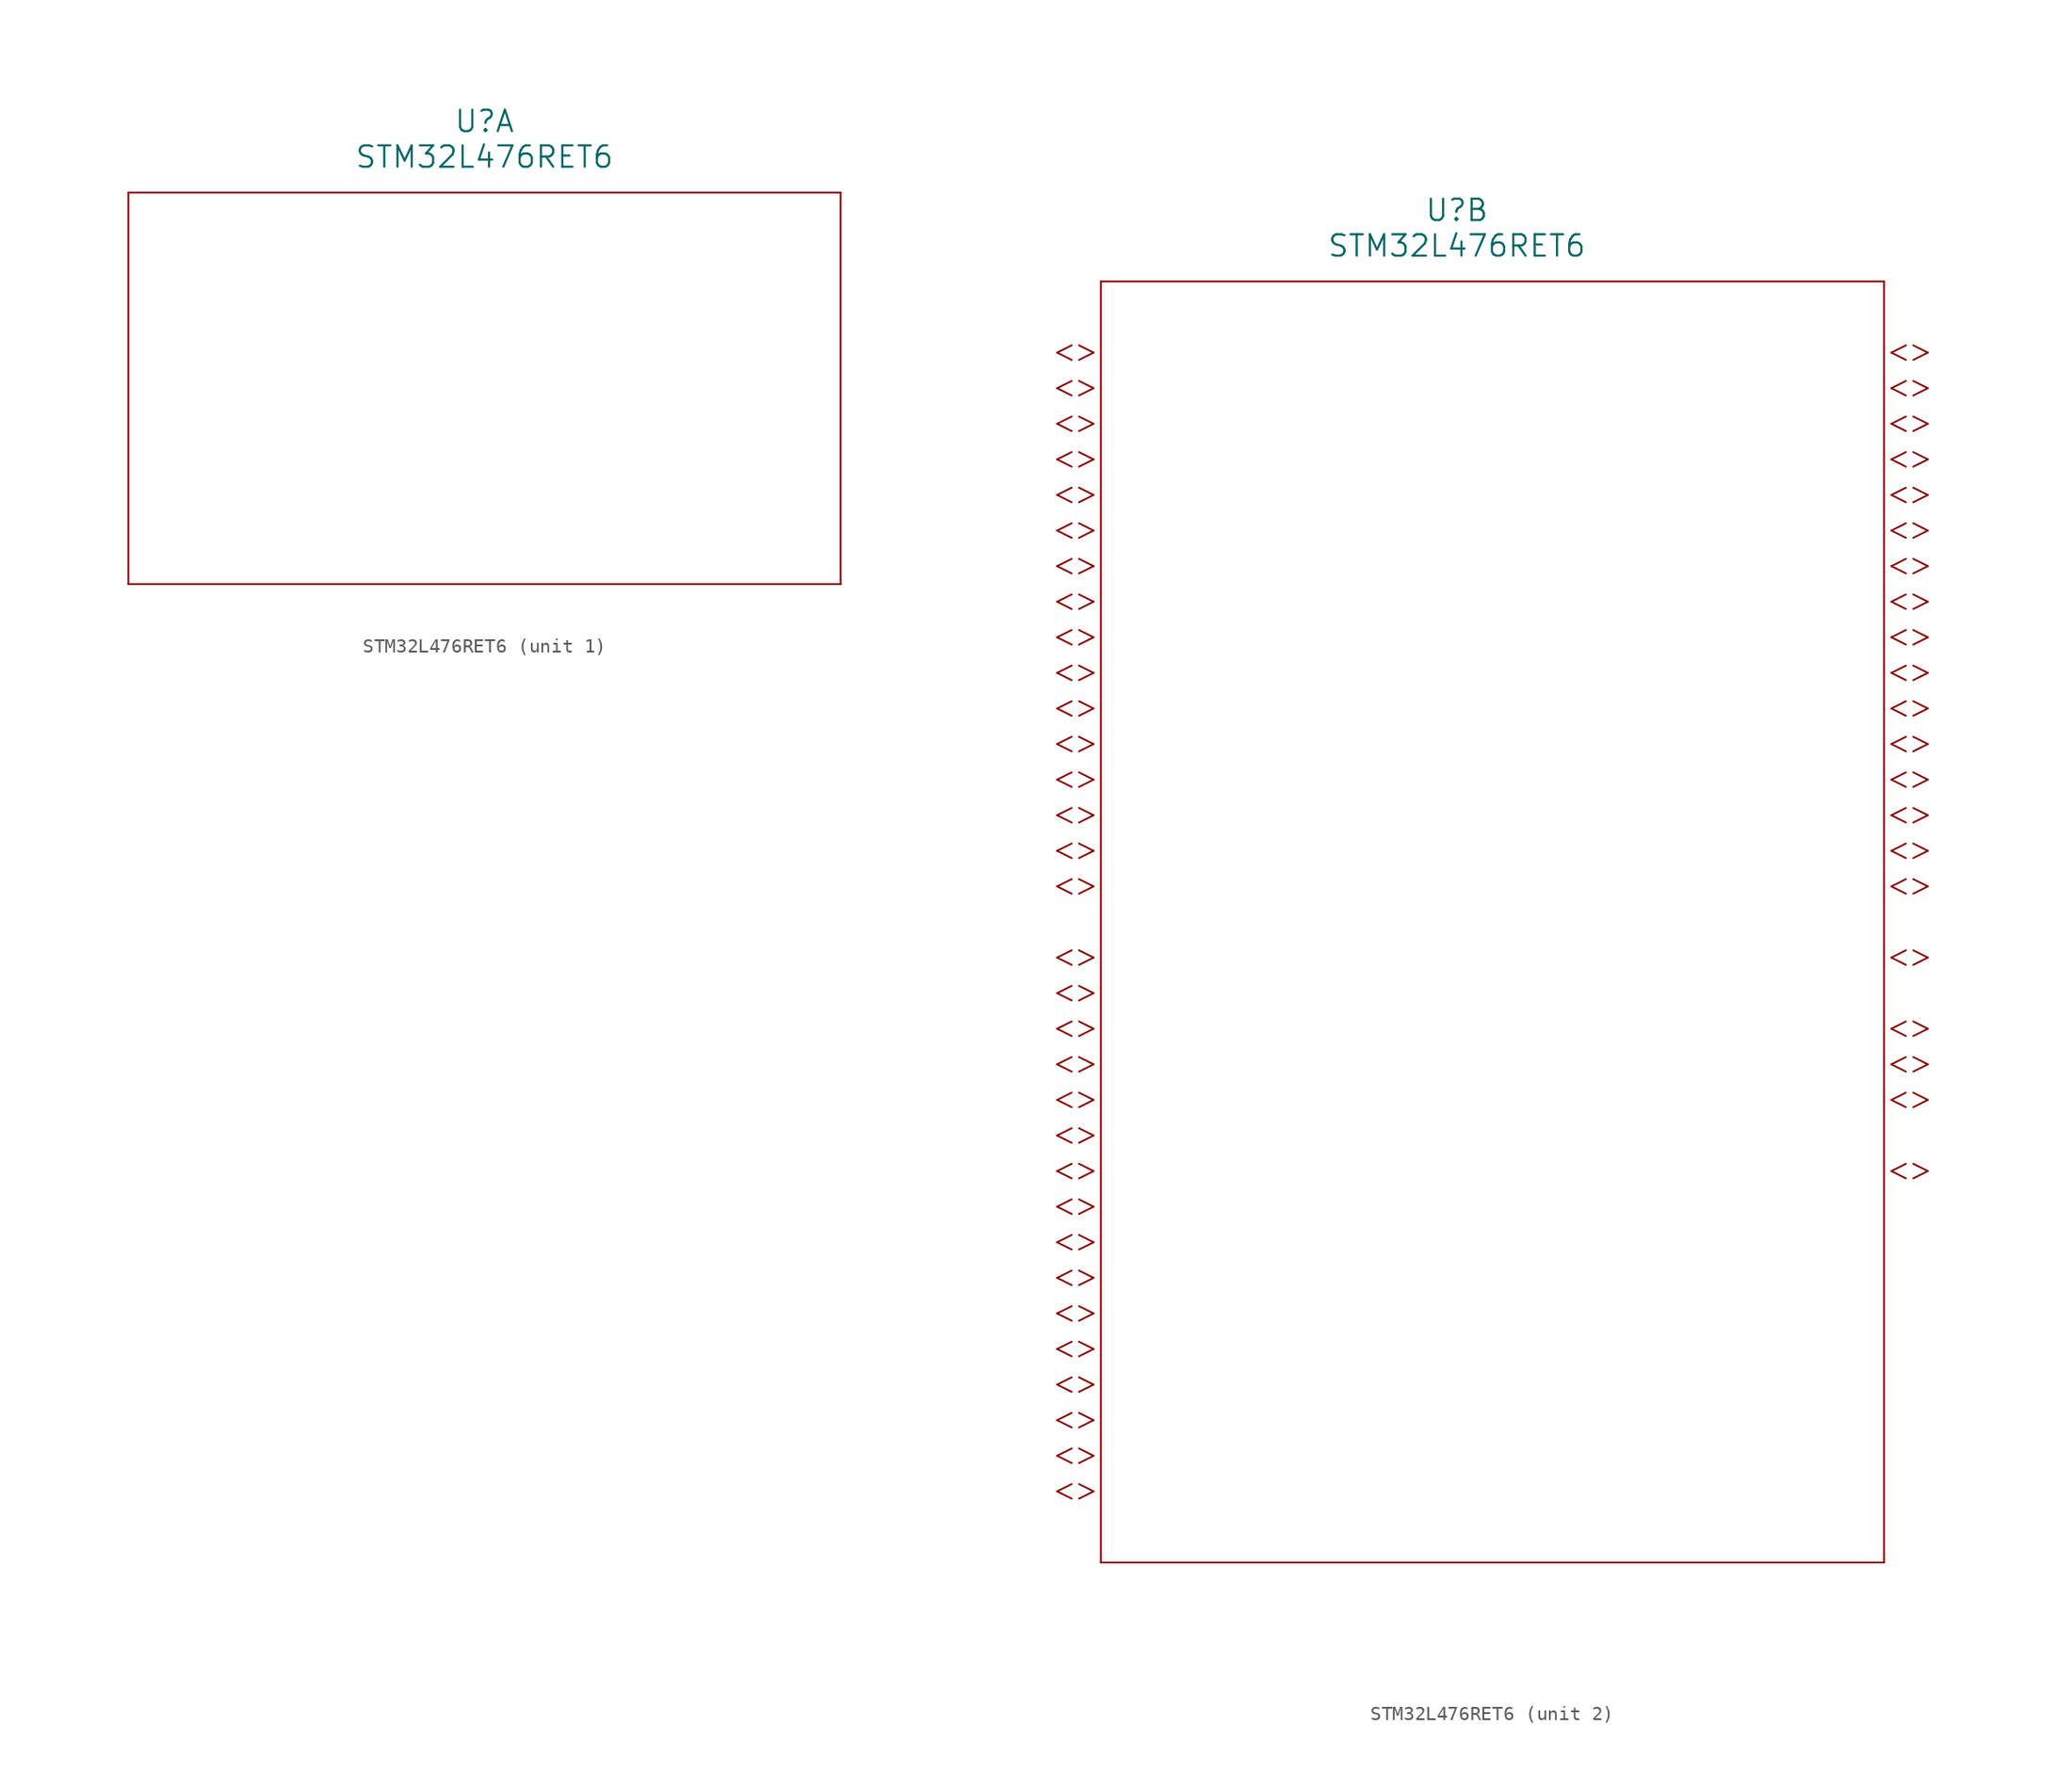
<source format=kicad_sym>
(kicad_symbol_lib
  (version 20211014)
  (generator kicad_symbol_editor)
  (symbol "STM32L476RET6"
    (pin_names
      (offset 0.254))
    (property "Reference" "U"
      (at 33.02 10.16 0)
      (effects (font (size 1.524 1.524))))
    (property "Value" "STM32L476RET6"
      (at 33.02 7.62 0)
      (effects (font (size 1.524 1.524))))
    (symbol "STM32L476RET6_1_1"
      (polyline (pts (xy 7.62 5.08) (xy 7.62 -22.86)) (stroke (width 0.127) (type default) (color 0 0 0 0)) (fill (type none)))
      (polyline (pts (xy 7.62 -22.86) (xy 58.42 -22.86)) (stroke (width 0.127) (type default) (color 0 0 0 0)) (fill (type none)))
      (polyline (pts (xy 58.42 -22.86) (xy 58.42 5.08)) (stroke (width 0.127) (type default) (color 0 0 0 0)) (fill (type none)))
      (polyline (pts (xy 58.42 5.08) (xy 7.62 5.08)) (stroke (width 0.127) (type default) (color 0 0 0 0)) (fill (type none))))
    (symbol "STM32L476RET6_2_1"
      (polyline (pts (xy 7.099 0) (xy 6.058 0.521)) (stroke (width 0.127) (type default) (color 0 0 0 0)) (fill (type none)))
      (polyline (pts (xy 7.099 0) (xy 6.058 -0.521)) (stroke (width 0.127) (type default) (color 0 0 0 0)) (fill (type none)))
      (polyline (pts (xy 5.537 0.521) (xy 4.496 0)) (stroke (width 0.127) (type default) (color 0 0 0 0)) (fill (type none)))
      (polyline (pts (xy 5.537 -0.521) (xy 4.496 0)) (stroke (width 0.127) (type default) (color 0 0 0 0)) (fill (type none)))
      (polyline (pts (xy 7.099 -2.54) (xy 6.058 -2.019)) (stroke (width 0.127) (type default) (color 0 0 0 0)) (fill (type none)))
      (polyline (pts (xy 7.099 -2.54) (xy 6.058 -3.061)) (stroke (width 0.127) (type default) (color 0 0 0 0)) (fill (type none)))
      (polyline (pts (xy 5.537 -2.019) (xy 4.496 -2.54)) (stroke (width 0.127) (type default) (color 0 0 0 0)) (fill (type none)))
      (polyline (pts (xy 5.537 -3.061) (xy 4.496 -2.54)) (stroke (width 0.127) (type default) (color 0 0 0 0)) (fill (type none)))
      (polyline (pts (xy 7.099 -5.08) (xy 6.058 -4.559)) (stroke (width 0.127) (type default) (color 0 0 0 0)) (fill (type none)))
      (polyline (pts (xy 7.099 -5.08) (xy 6.058 -5.601)) (stroke (width 0.127) (type default) (color 0 0 0 0)) (fill (type none)))
      (polyline (pts (xy 5.537 -4.559) (xy 4.496 -5.08)) (stroke (width 0.127) (type default) (color 0 0 0 0)) (fill (type none)))
      (polyline (pts (xy 5.537 -5.601) (xy 4.496 -5.08)) (stroke (width 0.127) (type default) (color 0 0 0 0)) (fill (type none)))
      (polyline (pts (xy 7.099 -7.62) (xy 6.058 -7.099)) (stroke (width 0.127) (type default) (color 0 0 0 0)) (fill (type none)))
      (polyline (pts (xy 7.099 -7.62) (xy 6.058 -8.141)) (stroke (width 0.127) (type default) (color 0 0 0 0)) (fill (type none)))
      (polyline (pts (xy 5.537 -7.099) (xy 4.496 -7.62)) (stroke (width 0.127) (type default) (color 0 0 0 0)) (fill (type none)))
      (polyline (pts (xy 5.537 -8.141) (xy 4.496 -7.62)) (stroke (width 0.127) (type default) (color 0 0 0 0)) (fill (type none)))
      (polyline (pts (xy 7.099 -10.16) (xy 6.058 -9.639)) (stroke (width 0.127) (type default) (color 0 0 0 0)) (fill (type none)))
      (polyline (pts (xy 7.099 -10.16) (xy 6.058 -10.681)) (stroke (width 0.127) (type default) (color 0 0 0 0)) (fill (type none)))
      (polyline (pts (xy 5.537 -9.639) (xy 4.496 -10.16)) (stroke (width 0.127) (type default) (color 0 0 0 0)) (fill (type none)))
      (polyline (pts (xy 5.537 -10.681) (xy 4.496 -10.16)) (stroke (width 0.127) (type default) (color 0 0 0 0)) (fill (type none)))
      (polyline (pts (xy 7.099 -12.7) (xy 6.058 -12.179)) (stroke (width 0.127) (type default) (color 0 0 0 0)) (fill (type none)))
      (polyline (pts (xy 7.099 -12.7) (xy 6.058 -13.221)) (stroke (width 0.127) (type default) (color 0 0 0 0)) (fill (type none)))
      (polyline (pts (xy 5.537 -12.179) (xy 4.496 -12.7)) (stroke (width 0.127) (type default) (color 0 0 0 0)) (fill (type none)))
      (polyline (pts (xy 5.537 -13.221) (xy 4.496 -12.7)) (stroke (width 0.127) (type default) (color 0 0 0 0)) (fill (type none)))
      (polyline (pts (xy 7.099 -15.24) (xy 6.058 -14.719)) (stroke (width 0.127) (type default) (color 0 0 0 0)) (fill (type none)))
      (polyline (pts (xy 7.099 -15.24) (xy 6.058 -15.761)) (stroke (width 0.127) (type default) (color 0 0 0 0)) (fill (type none)))
      (polyline (pts (xy 5.537 -14.719) (xy 4.496 -15.24)) (stroke (width 0.127) (type default) (color 0 0 0 0)) (fill (type none)))
      (polyline (pts (xy 5.537 -15.761) (xy 4.496 -15.24)) (stroke (width 0.127) (type default) (color 0 0 0 0)) (fill (type none)))
      (polyline (pts (xy 7.099 -17.78) (xy 6.058 -17.259)) (stroke (width 0.127) (type default) (color 0 0 0 0)) (fill (type none)))
      (polyline (pts (xy 7.099 -17.78) (xy 6.058 -18.301)) (stroke (width 0.127) (type default) (color 0 0 0 0)) (fill (type none)))
      (polyline (pts (xy 5.537 -17.259) (xy 4.496 -17.78)) (stroke (width 0.127) (type default) (color 0 0 0 0)) (fill (type none)))
      (polyline (pts (xy 5.537 -18.301) (xy 4.496 -17.78)) (stroke (width 0.127) (type default) (color 0 0 0 0)) (fill (type none)))
      (polyline (pts (xy 7.099 -20.32) (xy 6.058 -19.799)) (stroke (width 0.127) (type default) (color 0 0 0 0)) (fill (type none)))
      (polyline (pts (xy 7.099 -20.32) (xy 6.058 -20.841)) (stroke (width 0.127) (type default) (color 0 0 0 0)) (fill (type none)))
      (polyline (pts (xy 5.537 -19.799) (xy 4.496 -20.32)) (stroke (width 0.127) (type default) (color 0 0 0 0)) (fill (type none)))
      (polyline (pts (xy 5.537 -20.841) (xy 4.496 -20.32)) (stroke (width 0.127) (type default) (color 0 0 0 0)) (fill (type none)))
      (polyline (pts (xy 7.099 -22.86) (xy 6.058 -22.339)) (stroke (width 0.127) (type default) (color 0 0 0 0)) (fill (type none)))
      (polyline (pts (xy 7.099 -22.86) (xy 6.058 -23.381)) (stroke (width 0.127) (type default) (color 0 0 0 0)) (fill (type none)))
      (polyline (pts (xy 5.537 -22.339) (xy 4.496 -22.86)) (stroke (width 0.127) (type default) (color 0 0 0 0)) (fill (type none)))
      (polyline (pts (xy 5.537 -23.381) (xy 4.496 -22.86)) (stroke (width 0.127) (type default) (color 0 0 0 0)) (fill (type none)))
      (polyline (pts (xy 7.099 -25.4) (xy 6.058 -24.879)) (stroke (width 0.127) (type default) (color 0 0 0 0)) (fill (type none)))
      (polyline (pts (xy 7.099 -25.4) (xy 6.058 -25.921)) (stroke (width 0.127) (type default) (color 0 0 0 0)) (fill (type none)))
      (polyline (pts (xy 5.537 -24.879) (xy 4.496 -25.4)) (stroke (width 0.127) (type default) (color 0 0 0 0)) (fill (type none)))
      (polyline (pts (xy 5.537 -25.921) (xy 4.496 -25.4)) (stroke (width 0.127) (type default) (color 0 0 0 0)) (fill (type none)))
      (polyline (pts (xy 7.099 -27.94) (xy 6.058 -27.419)) (stroke (width 0.127) (type default) (color 0 0 0 0)) (fill (type none)))
      (polyline (pts (xy 7.099 -27.94) (xy 6.058 -28.461)) (stroke (width 0.127) (type default) (color 0 0 0 0)) (fill (type none)))
      (polyline (pts (xy 5.537 -27.419) (xy 4.496 -27.94)) (stroke (width 0.127) (type default) (color 0 0 0 0)) (fill (type none)))
      (polyline (pts (xy 5.537 -28.461) (xy 4.496 -27.94)) (stroke (width 0.127) (type default) (color 0 0 0 0)) (fill (type none)))
      (polyline (pts (xy 7.099 -30.48) (xy 6.058 -29.959)) (stroke (width 0.127) (type default) (color 0 0 0 0)) (fill (type none)))
      (polyline (pts (xy 7.099 -30.48) (xy 6.058 -31.001)) (stroke (width 0.127) (type default) (color 0 0 0 0)) (fill (type none)))
      (polyline (pts (xy 5.537 -29.959) (xy 4.496 -30.48)) (stroke (width 0.127) (type default) (color 0 0 0 0)) (fill (type none)))
      (polyline (pts (xy 5.537 -31.001) (xy 4.496 -30.48)) (stroke (width 0.127) (type default) (color 0 0 0 0)) (fill (type none)))
      (polyline (pts (xy 7.099 -33.02) (xy 6.058 -32.499)) (stroke (width 0.127) (type default) (color 0 0 0 0)) (fill (type none)))
      (polyline (pts (xy 7.099 -33.02) (xy 6.058 -33.541)) (stroke (width 0.127) (type default) (color 0 0 0 0)) (fill (type none)))
      (polyline (pts (xy 5.537 -32.499) (xy 4.496 -33.02)) (stroke (width 0.127) (type default) (color 0 0 0 0)) (fill (type none)))
      (polyline (pts (xy 5.537 -33.541) (xy 4.496 -33.02)) (stroke (width 0.127) (type default) (color 0 0 0 0)) (fill (type none)))
      (polyline (pts (xy 7.099 -35.56) (xy 6.058 -35.039)) (stroke (width 0.127) (type default) (color 0 0 0 0)) (fill (type none)))
      (polyline (pts (xy 7.099 -35.56) (xy 6.058 -36.081)) (stroke (width 0.127) (type default) (color 0 0 0 0)) (fill (type none)))
      (polyline (pts (xy 5.537 -35.039) (xy 4.496 -35.56)) (stroke (width 0.127) (type default) (color 0 0 0 0)) (fill (type none)))
      (polyline (pts (xy 5.537 -36.081) (xy 4.496 -35.56)) (stroke (width 0.127) (type default) (color 0 0 0 0)) (fill (type none)))
      (polyline (pts (xy 7.099 -38.1) (xy 6.058 -37.579)) (stroke (width 0.127) (type default) (color 0 0 0 0)) (fill (type none)))
      (polyline (pts (xy 7.099 -38.1) (xy 6.058 -38.621)) (stroke (width 0.127) (type default) (color 0 0 0 0)) (fill (type none)))
      (polyline (pts (xy 5.537 -37.579) (xy 4.496 -38.1)) (stroke (width 0.127) (type default) (color 0 0 0 0)) (fill (type none)))
      (polyline (pts (xy 5.537 -38.621) (xy 4.496 -38.1)) (stroke (width 0.127) (type default) (color 0 0 0 0)) (fill (type none)))
      (polyline (pts (xy 7.099 -43.18) (xy 6.058 -42.659)) (stroke (width 0.127) (type default) (color 0 0 0 0)) (fill (type none)))
      (polyline (pts (xy 7.099 -43.18) (xy 6.058 -43.701)) (stroke (width 0.127) (type default) (color 0 0 0 0)) (fill (type none)))
      (polyline (pts (xy 5.537 -42.659) (xy 4.496 -43.18)) (stroke (width 0.127) (type default) (color 0 0 0 0)) (fill (type none)))
      (polyline (pts (xy 5.537 -43.701) (xy 4.496 -43.18)) (stroke (width 0.127) (type default) (color 0 0 0 0)) (fill (type none)))
      (polyline (pts (xy 7.099 -45.72) (xy 6.058 -45.199)) (stroke (width 0.127) (type default) (color 0 0 0 0)) (fill (type none)))
      (polyline (pts (xy 7.099 -45.72) (xy 6.058 -46.241)) (stroke (width 0.127) (type default) (color 0 0 0 0)) (fill (type none)))
      (polyline (pts (xy 5.537 -45.199) (xy 4.496 -45.72)) (stroke (width 0.127) (type default) (color 0 0 0 0)) (fill (type none)))
      (polyline (pts (xy 5.537 -46.241) (xy 4.496 -45.72)) (stroke (width 0.127) (type default) (color 0 0 0 0)) (fill (type none)))
      (polyline (pts (xy 7.099 -48.26) (xy 6.058 -47.739)) (stroke (width 0.127) (type default) (color 0 0 0 0)) (fill (type none)))
      (polyline (pts (xy 7.099 -48.26) (xy 6.058 -48.781)) (stroke (width 0.127) (type default) (color 0 0 0 0)) (fill (type none)))
      (polyline (pts (xy 5.537 -47.739) (xy 4.496 -48.26)) (stroke (width 0.127) (type default) (color 0 0 0 0)) (fill (type none)))
      (polyline (pts (xy 5.537 -48.781) (xy 4.496 -48.26)) (stroke (width 0.127) (type default) (color 0 0 0 0)) (fill (type none)))
      (polyline (pts (xy 7.099 -50.8) (xy 6.058 -50.279)) (stroke (width 0.127) (type default) (color 0 0 0 0)) (fill (type none)))
      (polyline (pts (xy 7.099 -50.8) (xy 6.058 -51.321)) (stroke (width 0.127) (type default) (color 0 0 0 0)) (fill (type none)))
      (polyline (pts (xy 5.537 -50.279) (xy 4.496 -50.8)) (stroke (width 0.127) (type default) (color 0 0 0 0)) (fill (type none)))
      (polyline (pts (xy 5.537 -51.321) (xy 4.496 -50.8)) (stroke (width 0.127) (type default) (color 0 0 0 0)) (fill (type none)))
      (polyline (pts (xy 7.099 -53.34) (xy 6.058 -52.819)) (stroke (width 0.127) (type default) (color 0 0 0 0)) (fill (type none)))
      (polyline (pts (xy 7.099 -53.34) (xy 6.058 -53.861)) (stroke (width 0.127) (type default) (color 0 0 0 0)) (fill (type none)))
      (polyline (pts (xy 5.537 -52.819) (xy 4.496 -53.34)) (stroke (width 0.127) (type default) (color 0 0 0 0)) (fill (type none)))
      (polyline (pts (xy 5.537 -53.861) (xy 4.496 -53.34)) (stroke (width 0.127) (type default) (color 0 0 0 0)) (fill (type none)))
      (polyline (pts (xy 7.099 -55.88) (xy 6.058 -55.359)) (stroke (width 0.127) (type default) (color 0 0 0 0)) (fill (type none)))
      (polyline (pts (xy 7.099 -55.88) (xy 6.058 -56.401)) (stroke (width 0.127) (type default) (color 0 0 0 0)) (fill (type none)))
      (polyline (pts (xy 5.537 -55.359) (xy 4.496 -55.88)) (stroke (width 0.127) (type default) (color 0 0 0 0)) (fill (type none)))
      (polyline (pts (xy 5.537 -56.401) (xy 4.496 -55.88)) (stroke (width 0.127) (type default) (color 0 0 0 0)) (fill (type none)))
      (polyline (pts (xy 7.099 -58.42) (xy 6.058 -57.899)) (stroke (width 0.127) (type default) (color 0 0 0 0)) (fill (type none)))
      (polyline (pts (xy 7.099 -58.42) (xy 6.058 -58.941)) (stroke (width 0.127) (type default) (color 0 0 0 0)) (fill (type none)))
      (polyline (pts (xy 5.537 -57.899) (xy 4.496 -58.42)) (stroke (width 0.127) (type default) (color 0 0 0 0)) (fill (type none)))
      (polyline (pts (xy 5.537 -58.941) (xy 4.496 -58.42)) (stroke (width 0.127) (type default) (color 0 0 0 0)) (fill (type none)))
      (polyline (pts (xy 7.099 -60.96) (xy 6.058 -60.439)) (stroke (width 0.127) (type default) (color 0 0 0 0)) (fill (type none)))
      (polyline (pts (xy 7.099 -60.96) (xy 6.058 -61.481)) (stroke (width 0.127) (type default) (color 0 0 0 0)) (fill (type none)))
      (polyline (pts (xy 5.537 -60.439) (xy 4.496 -60.96)) (stroke (width 0.127) (type default) (color 0 0 0 0)) (fill (type none)))
      (polyline (pts (xy 5.537 -61.481) (xy 4.496 -60.96)) (stroke (width 0.127) (type default) (color 0 0 0 0)) (fill (type none)))
      (polyline (pts (xy 7.099 -63.5) (xy 6.058 -62.979)) (stroke (width 0.127) (type default) (color 0 0 0 0)) (fill (type none)))
      (polyline (pts (xy 7.099 -63.5) (xy 6.058 -64.021)) (stroke (width 0.127) (type default) (color 0 0 0 0)) (fill (type none)))
      (polyline (pts (xy 5.537 -62.979) (xy 4.496 -63.5)) (stroke (width 0.127) (type default) (color 0 0 0 0)) (fill (type none)))
      (polyline (pts (xy 5.537 -64.021) (xy 4.496 -63.5)) (stroke (width 0.127) (type default) (color 0 0 0 0)) (fill (type none)))
      (polyline (pts (xy 7.099 -66.04) (xy 6.058 -65.519)) (stroke (width 0.127) (type default) (color 0 0 0 0)) (fill (type none)))
      (polyline (pts (xy 7.099 -66.04) (xy 6.058 -66.561)) (stroke (width 0.127) (type default) (color 0 0 0 0)) (fill (type none)))
      (polyline (pts (xy 5.537 -65.519) (xy 4.496 -66.04)) (stroke (width 0.127) (type default) (color 0 0 0 0)) (fill (type none)))
      (polyline (pts (xy 5.537 -66.561) (xy 4.496 -66.04)) (stroke (width 0.127) (type default) (color 0 0 0 0)) (fill (type none)))
      (polyline (pts (xy 7.099 -68.58) (xy 6.058 -68.059)) (stroke (width 0.127) (type default) (color 0 0 0 0)) (fill (type none)))
      (polyline (pts (xy 7.099 -68.58) (xy 6.058 -69.101)) (stroke (width 0.127) (type default) (color 0 0 0 0)) (fill (type none)))
      (polyline (pts (xy 5.537 -68.059) (xy 4.496 -68.58)) (stroke (width 0.127) (type default) (color 0 0 0 0)) (fill (type none)))
      (polyline (pts (xy 5.537 -69.101) (xy 4.496 -68.58)) (stroke (width 0.127) (type default) (color 0 0 0 0)) (fill (type none)))
      (polyline (pts (xy 7.099 -71.12) (xy 6.058 -70.599)) (stroke (width 0.127) (type default) (color 0 0 0 0)) (fill (type none)))
      (polyline (pts (xy 7.099 -71.12) (xy 6.058 -71.641)) (stroke (width 0.127) (type default) (color 0 0 0 0)) (fill (type none)))
      (polyline (pts (xy 5.537 -70.599) (xy 4.496 -71.12)) (stroke (width 0.127) (type default) (color 0 0 0 0)) (fill (type none)))
      (polyline (pts (xy 5.537 -71.641) (xy 4.496 -71.12)) (stroke (width 0.127) (type default) (color 0 0 0 0)) (fill (type none)))
      (polyline (pts (xy 7.099 -73.66) (xy 6.058 -73.139)) (stroke (width 0.127) (type default) (color 0 0 0 0)) (fill (type none)))
      (polyline (pts (xy 7.099 -73.66) (xy 6.058 -74.181)) (stroke (width 0.127) (type default) (color 0 0 0 0)) (fill (type none)))
      (polyline (pts (xy 5.537 -73.139) (xy 4.496 -73.66)) (stroke (width 0.127) (type default) (color 0 0 0 0)) (fill (type none)))
      (polyline (pts (xy 5.537 -74.181) (xy 4.496 -73.66)) (stroke (width 0.127) (type default) (color 0 0 0 0)) (fill (type none)))
      (polyline (pts (xy 7.099 -76.2) (xy 6.058 -75.679)) (stroke (width 0.127) (type default) (color 0 0 0 0)) (fill (type none)))
      (polyline (pts (xy 7.099 -76.2) (xy 6.058 -76.721)) (stroke (width 0.127) (type default) (color 0 0 0 0)) (fill (type none)))
      (polyline (pts (xy 5.537 -75.679) (xy 4.496 -76.2)) (stroke (width 0.127) (type default) (color 0 0 0 0)) (fill (type none)))
      (polyline (pts (xy 5.537 -76.721) (xy 4.496 -76.2)) (stroke (width 0.127) (type default) (color 0 0 0 0)) (fill (type none)))
      (polyline (pts (xy 7.099 -78.74) (xy 6.058 -78.219)) (stroke (width 0.127) (type default) (color 0 0 0 0)) (fill (type none)))
      (polyline (pts (xy 7.099 -78.74) (xy 6.058 -79.261)) (stroke (width 0.127) (type default) (color 0 0 0 0)) (fill (type none)))
      (polyline (pts (xy 5.537 -78.219) (xy 4.496 -78.74)) (stroke (width 0.127) (type default) (color 0 0 0 0)) (fill (type none)))
      (polyline (pts (xy 5.537 -79.261) (xy 4.496 -78.74)) (stroke (width 0.127) (type default) (color 0 0 0 0)) (fill (type none)))
      (polyline (pts (xy 7.099 -81.28) (xy 6.058 -80.759)) (stroke (width 0.127) (type default) (color 0 0 0 0)) (fill (type none)))
      (polyline (pts (xy 7.099 -81.28) (xy 6.058 -81.801)) (stroke (width 0.127) (type default) (color 0 0 0 0)) (fill (type none)))
      (polyline (pts (xy 5.537 -80.759) (xy 4.496 -81.28)) (stroke (width 0.127) (type default) (color 0 0 0 0)) (fill (type none)))
      (polyline (pts (xy 5.537 -81.801) (xy 4.496 -81.28)) (stroke (width 0.127) (type default) (color 0 0 0 0)) (fill (type none)))
      (polyline (pts (xy 64.021 0) (xy 65.062 0.521)) (stroke (width 0.127) (type default) (color 0 0 0 0)) (fill (type none)))
      (polyline (pts (xy 64.021 0) (xy 65.062 -0.521)) (stroke (width 0.127) (type default) (color 0 0 0 0)) (fill (type none)))
      (polyline (pts (xy 65.583 0.521) (xy 66.624 0)) (stroke (width 0.127) (type default) (color 0 0 0 0)) (fill (type none)))
      (polyline (pts (xy 65.583 -0.521) (xy 66.624 0)) (stroke (width 0.127) (type default) (color 0 0 0 0)) (fill (type none)))
      (polyline (pts (xy 64.021 -2.54) (xy 65.062 -2.019)) (stroke (width 0.127) (type default) (color 0 0 0 0)) (fill (type none)))
      (polyline (pts (xy 64.021 -2.54) (xy 65.062 -3.061)) (stroke (width 0.127) (type default) (color 0 0 0 0)) (fill (type none)))
      (polyline (pts (xy 65.583 -2.019) (xy 66.624 -2.54)) (stroke (width 0.127) (type default) (color 0 0 0 0)) (fill (type none)))
      (polyline (pts (xy 65.583 -3.061) (xy 66.624 -2.54)) (stroke (width 0.127) (type default) (color 0 0 0 0)) (fill (type none)))
      (polyline (pts (xy 64.021 -5.08) (xy 65.062 -4.559)) (stroke (width 0.127) (type default) (color 0 0 0 0)) (fill (type none)))
      (polyline (pts (xy 64.021 -5.08) (xy 65.062 -5.601)) (stroke (width 0.127) (type default) (color 0 0 0 0)) (fill (type none)))
      (polyline (pts (xy 65.583 -4.559) (xy 66.624 -5.08)) (stroke (width 0.127) (type default) (color 0 0 0 0)) (fill (type none)))
      (polyline (pts (xy 65.583 -5.601) (xy 66.624 -5.08)) (stroke (width 0.127) (type default) (color 0 0 0 0)) (fill (type none)))
      (polyline (pts (xy 64.021 -7.62) (xy 65.062 -7.099)) (stroke (width 0.127) (type default) (color 0 0 0 0)) (fill (type none)))
      (polyline (pts (xy 64.021 -7.62) (xy 65.062 -8.141)) (stroke (width 0.127) (type default) (color 0 0 0 0)) (fill (type none)))
      (polyline (pts (xy 65.583 -7.099) (xy 66.624 -7.62)) (stroke (width 0.127) (type default) (color 0 0 0 0)) (fill (type none)))
      (polyline (pts (xy 65.583 -8.141) (xy 66.624 -7.62)) (stroke (width 0.127) (type default) (color 0 0 0 0)) (fill (type none)))
      (polyline (pts (xy 64.021 -10.16) (xy 65.062 -9.639)) (stroke (width 0.127) (type default) (color 0 0 0 0)) (fill (type none)))
      (polyline (pts (xy 64.021 -10.16) (xy 65.062 -10.681)) (stroke (width 0.127) (type default) (color 0 0 0 0)) (fill (type none)))
      (polyline (pts (xy 65.583 -9.639) (xy 66.624 -10.16)) (stroke (width 0.127) (type default) (color 0 0 0 0)) (fill (type none)))
      (polyline (pts (xy 65.583 -10.681) (xy 66.624 -10.16)) (stroke (width 0.127) (type default) (color 0 0 0 0)) (fill (type none)))
      (polyline (pts (xy 64.021 -12.7) (xy 65.062 -12.179)) (stroke (width 0.127) (type default) (color 0 0 0 0)) (fill (type none)))
      (polyline (pts (xy 64.021 -12.7) (xy 65.062 -13.221)) (stroke (width 0.127) (type default) (color 0 0 0 0)) (fill (type none)))
      (polyline (pts (xy 65.583 -12.179) (xy 66.624 -12.7)) (stroke (width 0.127) (type default) (color 0 0 0 0)) (fill (type none)))
      (polyline (pts (xy 65.583 -13.221) (xy 66.624 -12.7)) (stroke (width 0.127) (type default) (color 0 0 0 0)) (fill (type none)))
      (polyline (pts (xy 64.021 -15.24) (xy 65.062 -14.719)) (stroke (width 0.127) (type default) (color 0 0 0 0)) (fill (type none)))
      (polyline (pts (xy 64.021 -15.24) (xy 65.062 -15.761)) (stroke (width 0.127) (type default) (color 0 0 0 0)) (fill (type none)))
      (polyline (pts (xy 65.583 -14.719) (xy 66.624 -15.24)) (stroke (width 0.127) (type default) (color 0 0 0 0)) (fill (type none)))
      (polyline (pts (xy 65.583 -15.761) (xy 66.624 -15.24)) (stroke (width 0.127) (type default) (color 0 0 0 0)) (fill (type none)))
      (polyline (pts (xy 64.021 -17.78) (xy 65.062 -17.259)) (stroke (width 0.127) (type default) (color 0 0 0 0)) (fill (type none)))
      (polyline (pts (xy 64.021 -17.78) (xy 65.062 -18.301)) (stroke (width 0.127) (type default) (color 0 0 0 0)) (fill (type none)))
      (polyline (pts (xy 65.583 -17.259) (xy 66.624 -17.78)) (stroke (width 0.127) (type default) (color 0 0 0 0)) (fill (type none)))
      (polyline (pts (xy 65.583 -18.301) (xy 66.624 -17.78)) (stroke (width 0.127) (type default) (color 0 0 0 0)) (fill (type none)))
      (polyline (pts (xy 64.021 -20.32) (xy 65.062 -19.799)) (stroke (width 0.127) (type default) (color 0 0 0 0)) (fill (type none)))
      (polyline (pts (xy 64.021 -20.32) (xy 65.062 -20.841)) (stroke (width 0.127) (type default) (color 0 0 0 0)) (fill (type none)))
      (polyline (pts (xy 65.583 -19.799) (xy 66.624 -20.32)) (stroke (width 0.127) (type default) (color 0 0 0 0)) (fill (type none)))
      (polyline (pts (xy 65.583 -20.841) (xy 66.624 -20.32)) (stroke (width 0.127) (type default) (color 0 0 0 0)) (fill (type none)))
      (polyline (pts (xy 64.021 -22.86) (xy 65.062 -22.339)) (stroke (width 0.127) (type default) (color 0 0 0 0)) (fill (type none)))
      (polyline (pts (xy 64.021 -22.86) (xy 65.062 -23.381)) (stroke (width 0.127) (type default) (color 0 0 0 0)) (fill (type none)))
      (polyline (pts (xy 65.583 -22.339) (xy 66.624 -22.86)) (stroke (width 0.127) (type default) (color 0 0 0 0)) (fill (type none)))
      (polyline (pts (xy 65.583 -23.381) (xy 66.624 -22.86)) (stroke (width 0.127) (type default) (color 0 0 0 0)) (fill (type none)))
      (polyline (pts (xy 64.021 -25.4) (xy 65.062 -24.879)) (stroke (width 0.127) (type default) (color 0 0 0 0)) (fill (type none)))
      (polyline (pts (xy 64.021 -25.4) (xy 65.062 -25.921)) (stroke (width 0.127) (type default) (color 0 0 0 0)) (fill (type none)))
      (polyline (pts (xy 65.583 -24.879) (xy 66.624 -25.4)) (stroke (width 0.127) (type default) (color 0 0 0 0)) (fill (type none)))
      (polyline (pts (xy 65.583 -25.921) (xy 66.624 -25.4)) (stroke (width 0.127) (type default) (color 0 0 0 0)) (fill (type none)))
      (polyline (pts (xy 64.021 -27.94) (xy 65.062 -27.419)) (stroke (width 0.127) (type default) (color 0 0 0 0)) (fill (type none)))
      (polyline (pts (xy 64.021 -27.94) (xy 65.062 -28.461)) (stroke (width 0.127) (type default) (color 0 0 0 0)) (fill (type none)))
      (polyline (pts (xy 65.583 -27.419) (xy 66.624 -27.94)) (stroke (width 0.127) (type default) (color 0 0 0 0)) (fill (type none)))
      (polyline (pts (xy 65.583 -28.461) (xy 66.624 -27.94)) (stroke (width 0.127) (type default) (color 0 0 0 0)) (fill (type none)))
      (polyline (pts (xy 64.021 -30.48) (xy 65.062 -29.959)) (stroke (width 0.127) (type default) (color 0 0 0 0)) (fill (type none)))
      (polyline (pts (xy 64.021 -30.48) (xy 65.062 -31.001)) (stroke (width 0.127) (type default) (color 0 0 0 0)) (fill (type none)))
      (polyline (pts (xy 65.583 -29.959) (xy 66.624 -30.48)) (stroke (width 0.127) (type default) (color 0 0 0 0)) (fill (type none)))
      (polyline (pts (xy 65.583 -31.001) (xy 66.624 -30.48)) (stroke (width 0.127) (type default) (color 0 0 0 0)) (fill (type none)))
      (polyline (pts (xy 64.021 -33.02) (xy 65.062 -32.499)) (stroke (width 0.127) (type default) (color 0 0 0 0)) (fill (type none)))
      (polyline (pts (xy 64.021 -33.02) (xy 65.062 -33.541)) (stroke (width 0.127) (type default) (color 0 0 0 0)) (fill (type none)))
      (polyline (pts (xy 65.583 -32.499) (xy 66.624 -33.02)) (stroke (width 0.127) (type default) (color 0 0 0 0)) (fill (type none)))
      (polyline (pts (xy 65.583 -33.541) (xy 66.624 -33.02)) (stroke (width 0.127) (type default) (color 0 0 0 0)) (fill (type none)))
      (polyline (pts (xy 64.021 -35.56) (xy 65.062 -35.039)) (stroke (width 0.127) (type default) (color 0 0 0 0)) (fill (type none)))
      (polyline (pts (xy 64.021 -35.56) (xy 65.062 -36.081)) (stroke (width 0.127) (type default) (color 0 0 0 0)) (fill (type none)))
      (polyline (pts (xy 65.583 -35.039) (xy 66.624 -35.56)) (stroke (width 0.127) (type default) (color 0 0 0 0)) (fill (type none)))
      (polyline (pts (xy 65.583 -36.081) (xy 66.624 -35.56)) (stroke (width 0.127) (type default) (color 0 0 0 0)) (fill (type none)))
      (polyline (pts (xy 64.021 -38.1) (xy 65.062 -37.579)) (stroke (width 0.127) (type default) (color 0 0 0 0)) (fill (type none)))
      (polyline (pts (xy 64.021 -38.1) (xy 65.062 -38.621)) (stroke (width 0.127) (type default) (color 0 0 0 0)) (fill (type none)))
      (polyline (pts (xy 65.583 -37.579) (xy 66.624 -38.1)) (stroke (width 0.127) (type default) (color 0 0 0 0)) (fill (type none)))
      (polyline (pts (xy 65.583 -38.621) (xy 66.624 -38.1)) (stroke (width 0.127) (type default) (color 0 0 0 0)) (fill (type none)))
      (polyline (pts (xy 64.021 -43.18) (xy 65.062 -42.659)) (stroke (width 0.127) (type default) (color 0 0 0 0)) (fill (type none)))
      (polyline (pts (xy 64.021 -43.18) (xy 65.062 -43.701)) (stroke (width 0.127) (type default) (color 0 0 0 0)) (fill (type none)))
      (polyline (pts (xy 65.583 -42.659) (xy 66.624 -43.18)) (stroke (width 0.127) (type default) (color 0 0 0 0)) (fill (type none)))
      (polyline (pts (xy 65.583 -43.701) (xy 66.624 -43.18)) (stroke (width 0.127) (type default) (color 0 0 0 0)) (fill (type none)))
      (polyline (pts (xy 64.021 -48.26) (xy 65.062 -47.739)) (stroke (width 0.127) (type default) (color 0 0 0 0)) (fill (type none)))
      (polyline (pts (xy 64.021 -48.26) (xy 65.062 -48.781)) (stroke (width 0.127) (type default) (color 0 0 0 0)) (fill (type none)))
      (polyline (pts (xy 65.583 -47.739) (xy 66.624 -48.26)) (stroke (width 0.127) (type default) (color 0 0 0 0)) (fill (type none)))
      (polyline (pts (xy 65.583 -48.781) (xy 66.624 -48.26)) (stroke (width 0.127) (type default) (color 0 0 0 0)) (fill (type none)))
      (polyline (pts (xy 64.021 -50.8) (xy 65.062 -50.279)) (stroke (width 0.127) (type default) (color 0 0 0 0)) (fill (type none)))
      (polyline (pts (xy 64.021 -50.8) (xy 65.062 -51.321)) (stroke (width 0.127) (type default) (color 0 0 0 0)) (fill (type none)))
      (polyline (pts (xy 65.583 -50.279) (xy 66.624 -50.8)) (stroke (width 0.127) (type default) (color 0 0 0 0)) (fill (type none)))
      (polyline (pts (xy 65.583 -51.321) (xy 66.624 -50.8)) (stroke (width 0.127) (type default) (color 0 0 0 0)) (fill (type none)))
      (polyline (pts (xy 64.021 -53.34) (xy 65.062 -52.819)) (stroke (width 0.127) (type default) (color 0 0 0 0)) (fill (type none)))
      (polyline (pts (xy 64.021 -53.34) (xy 65.062 -53.861)) (stroke (width 0.127) (type default) (color 0 0 0 0)) (fill (type none)))
      (polyline (pts (xy 65.583 -52.819) (xy 66.624 -53.34)) (stroke (width 0.127) (type default) (color 0 0 0 0)) (fill (type none)))
      (polyline (pts (xy 65.583 -53.861) (xy 66.624 -53.34)) (stroke (width 0.127) (type default) (color 0 0 0 0)) (fill (type none)))
      (polyline (pts (xy 64.021 -58.42) (xy 65.062 -57.899)) (stroke (width 0.127) (type default) (color 0 0 0 0)) (fill (type none)))
      (polyline (pts (xy 64.021 -58.42) (xy 65.062 -58.941)) (stroke (width 0.127) (type default) (color 0 0 0 0)) (fill (type none)))
      (polyline (pts (xy 65.583 -57.899) (xy 66.624 -58.42)) (stroke (width 0.127) (type default) (color 0 0 0 0)) (fill (type none)))
      (polyline (pts (xy 65.583 -58.941) (xy 66.624 -58.42)) (stroke (width 0.127) (type default) (color 0 0 0 0)) (fill (type none)))
      (polyline (pts (xy 7.62 5.08) (xy 7.62 -86.36)) (stroke (width 0.127) (type default) (color 0 0 0 0)) (fill (type none)))
      (polyline (pts (xy 7.62 -86.36) (xy 63.5 -86.36)) (stroke (width 0.127) (type default) (color 0 0 0 0)) (fill (type none)))
      (polyline (pts (xy 63.5 -86.36) (xy 63.5 5.08)) (stroke (width 0.127) (type default) (color 0 0 0 0)) (fill (type none)))
      (polyline (pts (xy 63.5 5.08) (xy 7.62 5.08)) (stroke (width 0.127) (type default) (color 0 0 0 0)) (fill (type none))))))
</source>
